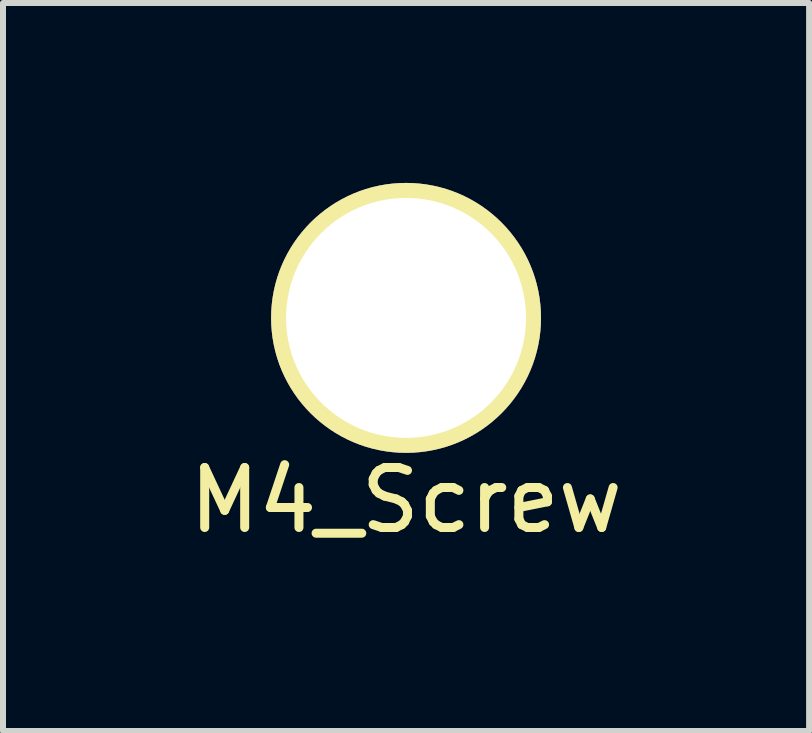
<source format=kicad_pcb>
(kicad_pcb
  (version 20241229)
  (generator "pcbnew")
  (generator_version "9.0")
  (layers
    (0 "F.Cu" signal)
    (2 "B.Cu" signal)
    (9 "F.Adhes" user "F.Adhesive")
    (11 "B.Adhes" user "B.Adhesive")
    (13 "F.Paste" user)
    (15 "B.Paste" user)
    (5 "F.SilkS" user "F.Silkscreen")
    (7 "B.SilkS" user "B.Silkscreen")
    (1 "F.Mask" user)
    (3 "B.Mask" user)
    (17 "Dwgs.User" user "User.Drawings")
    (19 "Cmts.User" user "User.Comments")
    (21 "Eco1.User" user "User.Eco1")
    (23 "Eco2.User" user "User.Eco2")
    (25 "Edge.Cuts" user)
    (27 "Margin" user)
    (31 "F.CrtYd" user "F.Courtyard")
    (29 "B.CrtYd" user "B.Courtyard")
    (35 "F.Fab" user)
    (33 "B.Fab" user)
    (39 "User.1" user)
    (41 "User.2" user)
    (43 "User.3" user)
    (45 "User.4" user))
  (footprint "M4_Screw"
    (layer "F.Cu")
    (at 3.72 2.25)
    (property "Reference" "M4_Screw" (at 0 3.04 0) (layer "F.SilkS") (effects (font (size 1 1) (thickness 0.15))))
    (attr through_hole)
    (pad "1" thru_hole circle (at 0 0) (size 4.5 4.5) (drill 4) (layers "*.Cu" "*.Mask" "F.SilkS")))
  (gr_rect
    (start -3 -3)
    (end 10.44 9.138)
    (stroke (width 0.1) (type default))
    (fill no)
    (layer "Edge.Cuts")))
</source>
